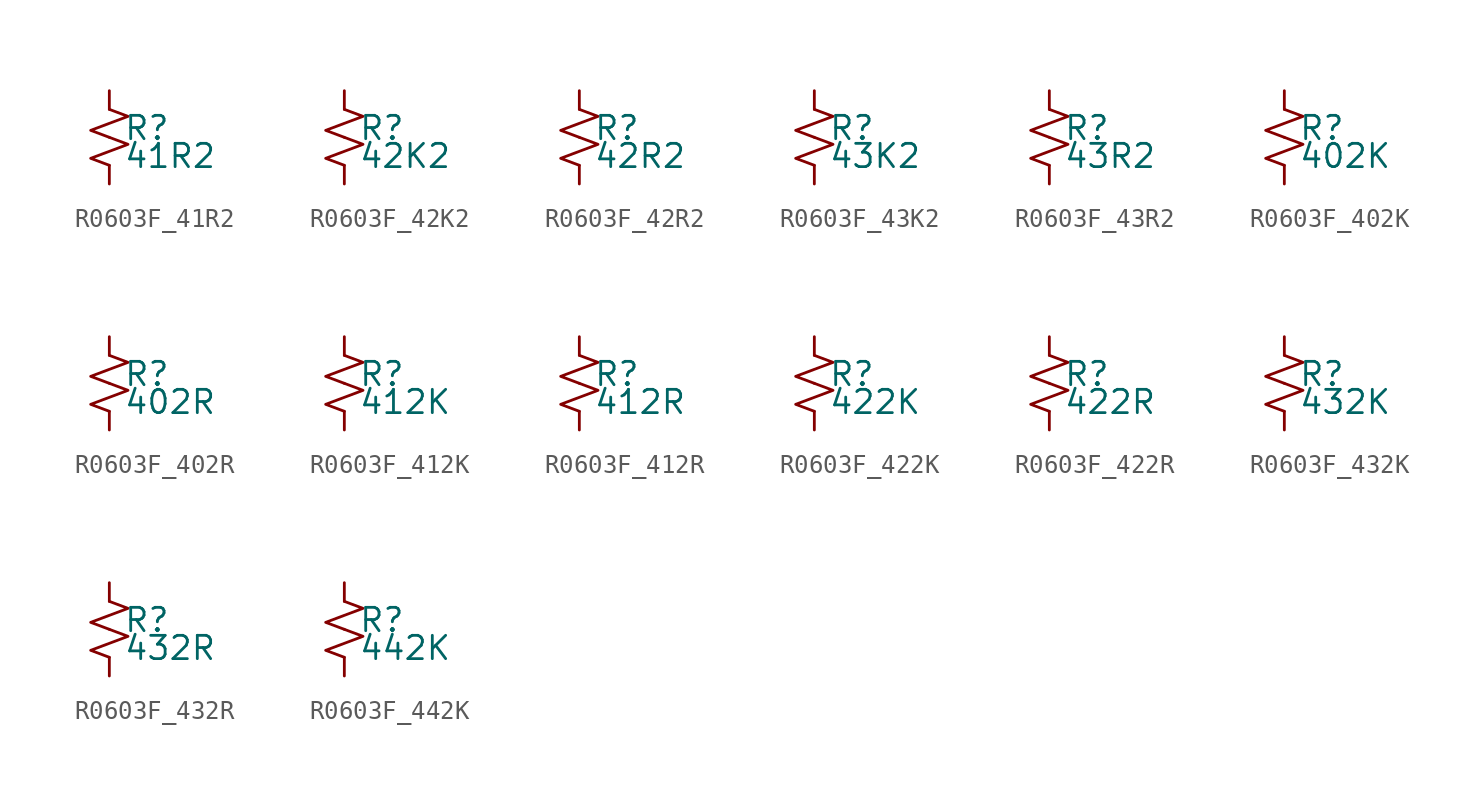
<source format=kicad_sym>
(kicad_symbol_lib
  (version 20220914)
  (generator kicad_symbol_editor)
  (symbol "R0603F_41R2"
    (pin_numbers hide)
    (pin_names
      (offset 0.254) hide)
    (property "Reference" "R"
      (at 0.762 0.508 0)
      (effects (font (size 1.27 1.27)) (justify left)))
    (property "Value" "41R2"
      (at 0.762 -1.016 0)
      (effects (font (size 1.27 1.27)) (justify left)))
    (symbol "R0603F_41R2_1_1"
      (polyline (pts (xy 0 0) (xy 1.016 -0.381) (xy 0 -0.762) (xy -1.016 -1.143) (xy 0 -1.524)) (stroke (width 0) (type default)) (fill (type none)))
      (polyline (pts (xy 0 1.524) (xy 1.016 1.143) (xy 0 0.762) (xy -1.016 0.381) (xy 0 0)) (stroke (width 0) (type default)) (fill (type none)))
      (pin passive line (at 0 2.54 270) (length 1.016) (name "~" (effects (font (size 1.27 1.27)))) (number "1" (effects (font (size 1.27 1.27)))))
      (pin passive line (at 0 -2.54 90) (length 1.016) (name "~" (effects (font (size 1.27 1.27)))) (number "2" (effects (font (size 1.27 1.27)))))))
  (symbol "R0603F_42K2"
    (pin_numbers hide)
    (pin_names
      (offset 0.254) hide)
    (property "Reference" "R"
      (at 0.762 0.508 0)
      (effects (font (size 1.27 1.27)) (justify left)))
    (property "Value" "42K2"
      (at 0.762 -1.016 0)
      (effects (font (size 1.27 1.27)) (justify left)))
    (symbol "R0603F_42K2_1_1"
      (polyline (pts (xy 0 0) (xy 1.016 -0.381) (xy 0 -0.762) (xy -1.016 -1.143) (xy 0 -1.524)) (stroke (width 0) (type default)) (fill (type none)))
      (polyline (pts (xy 0 1.524) (xy 1.016 1.143) (xy 0 0.762) (xy -1.016 0.381) (xy 0 0)) (stroke (width 0) (type default)) (fill (type none)))
      (pin passive line (at 0 2.54 270) (length 1.016) (name "~" (effects (font (size 1.27 1.27)))) (number "1" (effects (font (size 1.27 1.27)))))
      (pin passive line (at 0 -2.54 90) (length 1.016) (name "~" (effects (font (size 1.27 1.27)))) (number "2" (effects (font (size 1.27 1.27)))))))
  (symbol "R0603F_42R2"
    (pin_numbers hide)
    (pin_names
      (offset 0.254) hide)
    (property "Reference" "R"
      (at 0.762 0.508 0)
      (effects (font (size 1.27 1.27)) (justify left)))
    (property "Value" "42R2"
      (at 0.762 -1.016 0)
      (effects (font (size 1.27 1.27)) (justify left)))
    (symbol "R0603F_42R2_1_1"
      (polyline (pts (xy 0 0) (xy 1.016 -0.381) (xy 0 -0.762) (xy -1.016 -1.143) (xy 0 -1.524)) (stroke (width 0) (type default)) (fill (type none)))
      (polyline (pts (xy 0 1.524) (xy 1.016 1.143) (xy 0 0.762) (xy -1.016 0.381) (xy 0 0)) (stroke (width 0) (type default)) (fill (type none)))
      (pin passive line (at 0 2.54 270) (length 1.016) (name "~" (effects (font (size 1.27 1.27)))) (number "1" (effects (font (size 1.27 1.27)))))
      (pin passive line (at 0 -2.54 90) (length 1.016) (name "~" (effects (font (size 1.27 1.27)))) (number "2" (effects (font (size 1.27 1.27)))))))
  (symbol "R0603F_43K2"
    (pin_numbers hide)
    (pin_names
      (offset 0.254) hide)
    (property "Reference" "R"
      (at 0.762 0.508 0)
      (effects (font (size 1.27 1.27)) (justify left)))
    (property "Value" "43K2"
      (at 0.762 -1.016 0)
      (effects (font (size 1.27 1.27)) (justify left)))
    (symbol "R0603F_43K2_1_1"
      (polyline (pts (xy 0 0) (xy 1.016 -0.381) (xy 0 -0.762) (xy -1.016 -1.143) (xy 0 -1.524)) (stroke (width 0) (type default)) (fill (type none)))
      (polyline (pts (xy 0 1.524) (xy 1.016 1.143) (xy 0 0.762) (xy -1.016 0.381) (xy 0 0)) (stroke (width 0) (type default)) (fill (type none)))
      (pin passive line (at 0 2.54 270) (length 1.016) (name "~" (effects (font (size 1.27 1.27)))) (number "1" (effects (font (size 1.27 1.27)))))
      (pin passive line (at 0 -2.54 90) (length 1.016) (name "~" (effects (font (size 1.27 1.27)))) (number "2" (effects (font (size 1.27 1.27)))))))
  (symbol "R0603F_43R2"
    (pin_numbers hide)
    (pin_names
      (offset 0.254) hide)
    (property "Reference" "R"
      (at 0.762 0.508 0)
      (effects (font (size 1.27 1.27)) (justify left)))
    (property "Value" "43R2"
      (at 0.762 -1.016 0)
      (effects (font (size 1.27 1.27)) (justify left)))
    (symbol "R0603F_43R2_1_1"
      (polyline (pts (xy 0 0) (xy 1.016 -0.381) (xy 0 -0.762) (xy -1.016 -1.143) (xy 0 -1.524)) (stroke (width 0) (type default)) (fill (type none)))
      (polyline (pts (xy 0 1.524) (xy 1.016 1.143) (xy 0 0.762) (xy -1.016 0.381) (xy 0 0)) (stroke (width 0) (type default)) (fill (type none)))
      (pin passive line (at 0 2.54 270) (length 1.016) (name "~" (effects (font (size 1.27 1.27)))) (number "1" (effects (font (size 1.27 1.27)))))
      (pin passive line (at 0 -2.54 90) (length 1.016) (name "~" (effects (font (size 1.27 1.27)))) (number "2" (effects (font (size 1.27 1.27)))))))
  (symbol "R0603F_402K"
    (pin_numbers hide)
    (pin_names
      (offset 0.254) hide)
    (property "Reference" "R"
      (at 0.762 0.508 0)
      (effects (font (size 1.27 1.27)) (justify left)))
    (property "Value" "402K"
      (at 0.762 -1.016 0)
      (effects (font (size 1.27 1.27)) (justify left)))
    (symbol "R0603F_402K_1_1"
      (polyline (pts (xy 0 0) (xy 1.016 -0.381) (xy 0 -0.762) (xy -1.016 -1.143) (xy 0 -1.524)) (stroke (width 0) (type default)) (fill (type none)))
      (polyline (pts (xy 0 1.524) (xy 1.016 1.143) (xy 0 0.762) (xy -1.016 0.381) (xy 0 0)) (stroke (width 0) (type default)) (fill (type none)))
      (pin passive line (at 0 2.54 270) (length 1.016) (name "~" (effects (font (size 1.27 1.27)))) (number "1" (effects (font (size 1.27 1.27)))))
      (pin passive line (at 0 -2.54 90) (length 1.016) (name "~" (effects (font (size 1.27 1.27)))) (number "2" (effects (font (size 1.27 1.27)))))))
  (symbol "R0603F_402R"
    (pin_numbers hide)
    (pin_names
      (offset 0.254) hide)
    (property "Reference" "R"
      (at 0.762 0.508 0)
      (effects (font (size 1.27 1.27)) (justify left)))
    (property "Value" "402R"
      (at 0.762 -1.016 0)
      (effects (font (size 1.27 1.27)) (justify left)))
    (symbol "R0603F_402R_1_1"
      (polyline (pts (xy 0 0) (xy 1.016 -0.381) (xy 0 -0.762) (xy -1.016 -1.143) (xy 0 -1.524)) (stroke (width 0) (type default)) (fill (type none)))
      (polyline (pts (xy 0 1.524) (xy 1.016 1.143) (xy 0 0.762) (xy -1.016 0.381) (xy 0 0)) (stroke (width 0) (type default)) (fill (type none)))
      (pin passive line (at 0 2.54 270) (length 1.016) (name "~" (effects (font (size 1.27 1.27)))) (number "1" (effects (font (size 1.27 1.27)))))
      (pin passive line (at 0 -2.54 90) (length 1.016) (name "~" (effects (font (size 1.27 1.27)))) (number "2" (effects (font (size 1.27 1.27)))))))
  (symbol "R0603F_412K"
    (pin_numbers hide)
    (pin_names
      (offset 0.254) hide)
    (property "Reference" "R"
      (at 0.762 0.508 0)
      (effects (font (size 1.27 1.27)) (justify left)))
    (property "Value" "412K"
      (at 0.762 -1.016 0)
      (effects (font (size 1.27 1.27)) (justify left)))
    (symbol "R0603F_412K_1_1"
      (polyline (pts (xy 0 0) (xy 1.016 -0.381) (xy 0 -0.762) (xy -1.016 -1.143) (xy 0 -1.524)) (stroke (width 0) (type default)) (fill (type none)))
      (polyline (pts (xy 0 1.524) (xy 1.016 1.143) (xy 0 0.762) (xy -1.016 0.381) (xy 0 0)) (stroke (width 0) (type default)) (fill (type none)))
      (pin passive line (at 0 2.54 270) (length 1.016) (name "~" (effects (font (size 1.27 1.27)))) (number "1" (effects (font (size 1.27 1.27)))))
      (pin passive line (at 0 -2.54 90) (length 1.016) (name "~" (effects (font (size 1.27 1.27)))) (number "2" (effects (font (size 1.27 1.27)))))))
  (symbol "R0603F_412R"
    (pin_numbers hide)
    (pin_names
      (offset 0.254) hide)
    (property "Reference" "R"
      (at 0.762 0.508 0)
      (effects (font (size 1.27 1.27)) (justify left)))
    (property "Value" "412R"
      (at 0.762 -1.016 0)
      (effects (font (size 1.27 1.27)) (justify left)))
    (symbol "R0603F_412R_1_1"
      (polyline (pts (xy 0 0) (xy 1.016 -0.381) (xy 0 -0.762) (xy -1.016 -1.143) (xy 0 -1.524)) (stroke (width 0) (type default)) (fill (type none)))
      (polyline (pts (xy 0 1.524) (xy 1.016 1.143) (xy 0 0.762) (xy -1.016 0.381) (xy 0 0)) (stroke (width 0) (type default)) (fill (type none)))
      (pin passive line (at 0 2.54 270) (length 1.016) (name "~" (effects (font (size 1.27 1.27)))) (number "1" (effects (font (size 1.27 1.27)))))
      (pin passive line (at 0 -2.54 90) (length 1.016) (name "~" (effects (font (size 1.27 1.27)))) (number "2" (effects (font (size 1.27 1.27)))))))
  (symbol "R0603F_422K"
    (pin_numbers hide)
    (pin_names
      (offset 0.254) hide)
    (property "Reference" "R"
      (at 0.762 0.508 0)
      (effects (font (size 1.27 1.27)) (justify left)))
    (property "Value" "422K"
      (at 0.762 -1.016 0)
      (effects (font (size 1.27 1.27)) (justify left)))
    (symbol "R0603F_422K_1_1"
      (polyline (pts (xy 0 0) (xy 1.016 -0.381) (xy 0 -0.762) (xy -1.016 -1.143) (xy 0 -1.524)) (stroke (width 0) (type default)) (fill (type none)))
      (polyline (pts (xy 0 1.524) (xy 1.016 1.143) (xy 0 0.762) (xy -1.016 0.381) (xy 0 0)) (stroke (width 0) (type default)) (fill (type none)))
      (pin passive line (at 0 2.54 270) (length 1.016) (name "~" (effects (font (size 1.27 1.27)))) (number "1" (effects (font (size 1.27 1.27)))))
      (pin passive line (at 0 -2.54 90) (length 1.016) (name "~" (effects (font (size 1.27 1.27)))) (number "2" (effects (font (size 1.27 1.27)))))))
  (symbol "R0603F_422R"
    (pin_numbers hide)
    (pin_names
      (offset 0.254) hide)
    (property "Reference" "R"
      (at 0.762 0.508 0)
      (effects (font (size 1.27 1.27)) (justify left)))
    (property "Value" "422R"
      (at 0.762 -1.016 0)
      (effects (font (size 1.27 1.27)) (justify left)))
    (symbol "R0603F_422R_1_1"
      (polyline (pts (xy 0 0) (xy 1.016 -0.381) (xy 0 -0.762) (xy -1.016 -1.143) (xy 0 -1.524)) (stroke (width 0) (type default)) (fill (type none)))
      (polyline (pts (xy 0 1.524) (xy 1.016 1.143) (xy 0 0.762) (xy -1.016 0.381) (xy 0 0)) (stroke (width 0) (type default)) (fill (type none)))
      (pin passive line (at 0 2.54 270) (length 1.016) (name "~" (effects (font (size 1.27 1.27)))) (number "1" (effects (font (size 1.27 1.27)))))
      (pin passive line (at 0 -2.54 90) (length 1.016) (name "~" (effects (font (size 1.27 1.27)))) (number "2" (effects (font (size 1.27 1.27)))))))
  (symbol "R0603F_432K"
    (pin_numbers hide)
    (pin_names
      (offset 0.254) hide)
    (property "Reference" "R"
      (at 0.762 0.508 0)
      (effects (font (size 1.27 1.27)) (justify left)))
    (property "Value" "432K"
      (at 0.762 -1.016 0)
      (effects (font (size 1.27 1.27)) (justify left)))
    (symbol "R0603F_432K_1_1"
      (polyline (pts (xy 0 0) (xy 1.016 -0.381) (xy 0 -0.762) (xy -1.016 -1.143) (xy 0 -1.524)) (stroke (width 0) (type default)) (fill (type none)))
      (polyline (pts (xy 0 1.524) (xy 1.016 1.143) (xy 0 0.762) (xy -1.016 0.381) (xy 0 0)) (stroke (width 0) (type default)) (fill (type none)))
      (pin passive line (at 0 2.54 270) (length 1.016) (name "~" (effects (font (size 1.27 1.27)))) (number "1" (effects (font (size 1.27 1.27)))))
      (pin passive line (at 0 -2.54 90) (length 1.016) (name "~" (effects (font (size 1.27 1.27)))) (number "2" (effects (font (size 1.27 1.27)))))))
  (symbol "R0603F_432R"
    (pin_numbers hide)
    (pin_names
      (offset 0.254) hide)
    (property "Reference" "R"
      (at 0.762 0.508 0)
      (effects (font (size 1.27 1.27)) (justify left)))
    (property "Value" "432R"
      (at 0.762 -1.016 0)
      (effects (font (size 1.27 1.27)) (justify left)))
    (symbol "R0603F_432R_1_1"
      (polyline (pts (xy 0 0) (xy 1.016 -0.381) (xy 0 -0.762) (xy -1.016 -1.143) (xy 0 -1.524)) (stroke (width 0) (type default)) (fill (type none)))
      (polyline (pts (xy 0 1.524) (xy 1.016 1.143) (xy 0 0.762) (xy -1.016 0.381) (xy 0 0)) (stroke (width 0) (type default)) (fill (type none)))
      (pin passive line (at 0 2.54 270) (length 1.016) (name "~" (effects (font (size 1.27 1.27)))) (number "1" (effects (font (size 1.27 1.27)))))
      (pin passive line (at 0 -2.54 90) (length 1.016) (name "~" (effects (font (size 1.27 1.27)))) (number "2" (effects (font (size 1.27 1.27)))))))
  (symbol "R0603F_442K"
    (pin_numbers hide)
    (pin_names
      (offset 0.254) hide)
    (property "Reference" "R"
      (at 0.762 0.508 0)
      (effects (font (size 1.27 1.27)) (justify left)))
    (property "Value" "442K"
      (at 0.762 -1.016 0)
      (effects (font (size 1.27 1.27)) (justify left)))
    (symbol "R0603F_442K_1_1"
      (polyline (pts (xy 0 0) (xy 1.016 -0.381) (xy 0 -0.762) (xy -1.016 -1.143) (xy 0 -1.524)) (stroke (width 0) (type default)) (fill (type none)))
      (polyline (pts (xy 0 1.524) (xy 1.016 1.143) (xy 0 0.762) (xy -1.016 0.381) (xy 0 0)) (stroke (width 0) (type default)) (fill (type none)))
      (pin passive line (at 0 2.54 270) (length 1.016) (name "~" (effects (font (size 1.27 1.27)))) (number "1" (effects (font (size 1.27 1.27)))))
      (pin passive line (at 0 -2.54 90) (length 1.016) (name "~" (effects (font (size 1.27 1.27)))) (number "2" (effects (font (size 1.27 1.27))))))))
</source>
